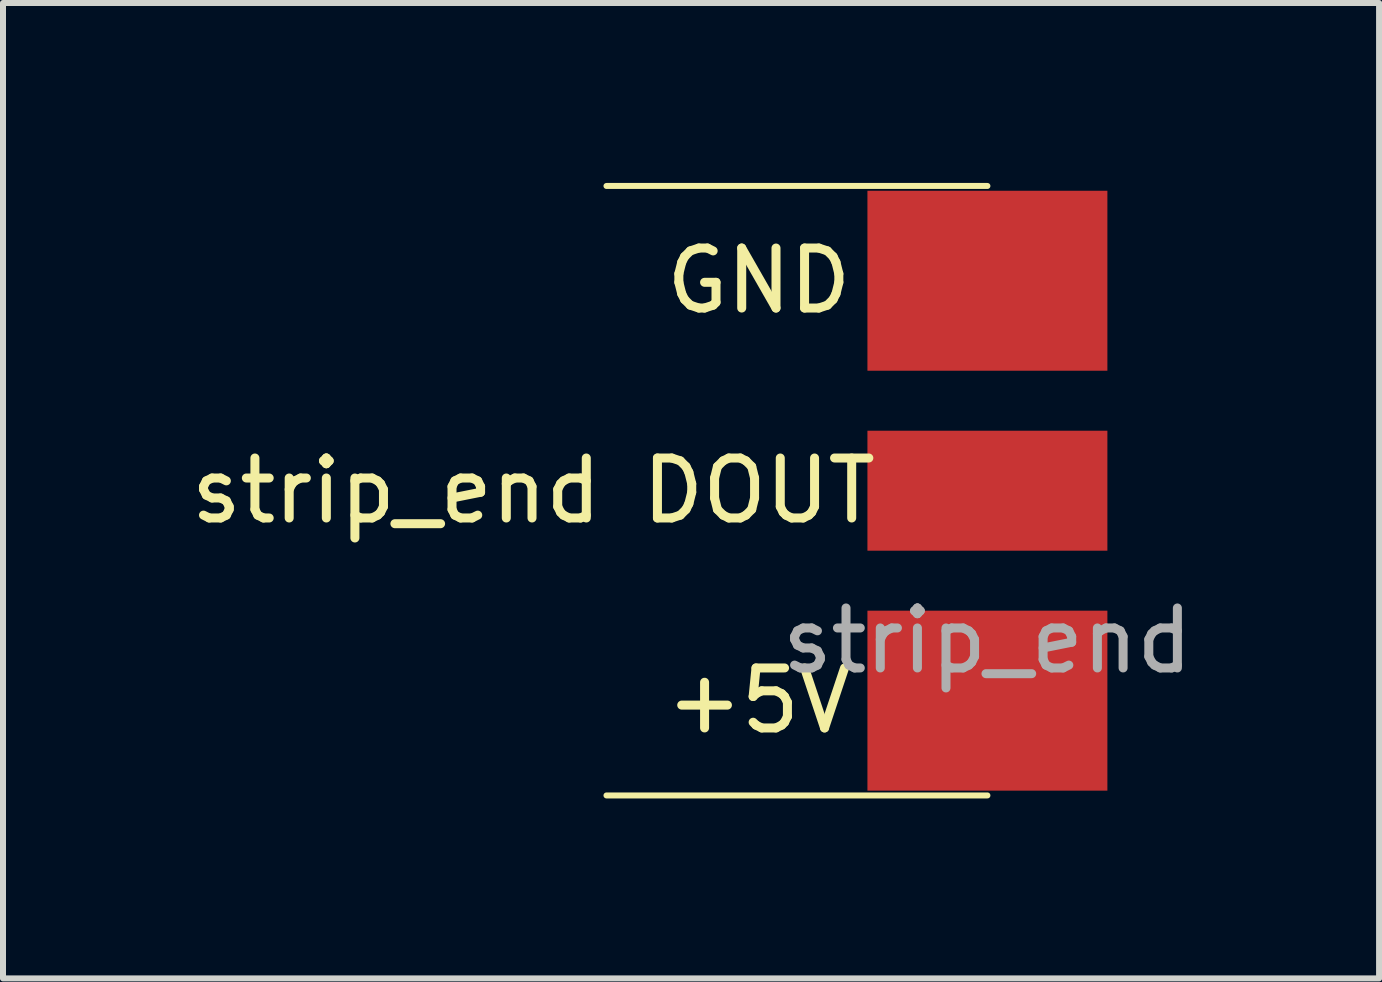
<source format=kicad_pcb>
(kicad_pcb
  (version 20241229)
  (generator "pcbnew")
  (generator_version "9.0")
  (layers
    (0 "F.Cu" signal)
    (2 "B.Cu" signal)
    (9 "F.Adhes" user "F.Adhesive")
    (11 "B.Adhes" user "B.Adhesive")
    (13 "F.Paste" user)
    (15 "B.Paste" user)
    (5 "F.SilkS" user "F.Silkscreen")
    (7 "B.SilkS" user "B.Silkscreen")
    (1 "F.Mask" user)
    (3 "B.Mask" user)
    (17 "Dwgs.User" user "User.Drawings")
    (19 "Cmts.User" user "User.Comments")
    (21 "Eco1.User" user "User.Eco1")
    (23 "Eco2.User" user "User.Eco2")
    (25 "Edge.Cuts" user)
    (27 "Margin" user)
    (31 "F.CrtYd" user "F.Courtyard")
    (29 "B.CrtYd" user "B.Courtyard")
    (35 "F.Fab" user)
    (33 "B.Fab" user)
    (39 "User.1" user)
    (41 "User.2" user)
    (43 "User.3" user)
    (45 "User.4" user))
  (footprint "strip_end"
    (layer "F.Cu")
    (at 13.41 5.13)
    (property "Reference" "strip_end" (at -6.35 0 0) (unlocked yes) (layer "F.SilkS") (effects (font (size 1 1) (thickness 0.15)) (justify right)))
    (attr smd)
    (fp_line (start 0 -5.08) (end -6.35 -5.08) (stroke (width 0.1) (type default)) (layer "F.SilkS"))
    (fp_line (start 0 5.08) (end -6.35 5.08) (stroke (width 0.1) (type default)) (layer "F.SilkS"))
    (fp_text user "DOUT" (at -3.81 0 0) (unlocked yes) (layer "F.SilkS") (effects (font (size 1 1) (thickness 0.15))))
    (fp_text user "+5V" (at -3.81 3.5 0) (unlocked yes) (layer "F.SilkS") (effects (font (size 1 1) (thickness 0.15))))
    (fp_text user "GND" (at -3.81 -3.5 0) (unlocked yes) (layer "F.SilkS") (effects (font (size 1 1) (thickness 0.15))))
    (fp_text user "${REFERENCE}" (at 0 2.5 0) (unlocked yes) (layer "F.Fab") (effects (font (size 1 1) (thickness 0.15))))
    (pad "1" smd rect (at 0 -3.5) (size 4 3) (layers "F.Cu" "F.Mask" "F.Paste"))
    (pad "2" smd rect (at 0 0) (size 4 2) (layers "F.Cu" "F.Mask" "F.Paste"))
    (pad "3" smd rect (at 0 3.5) (size 4 3) (layers "F.Cu" "F.Mask" "F.Paste")))
  (gr_rect
    (start -3 -3)
    (end 19.939 13.26)
    (stroke (width 0.1) (type default))
    (fill no)
    (layer "Edge.Cuts")))
</source>
